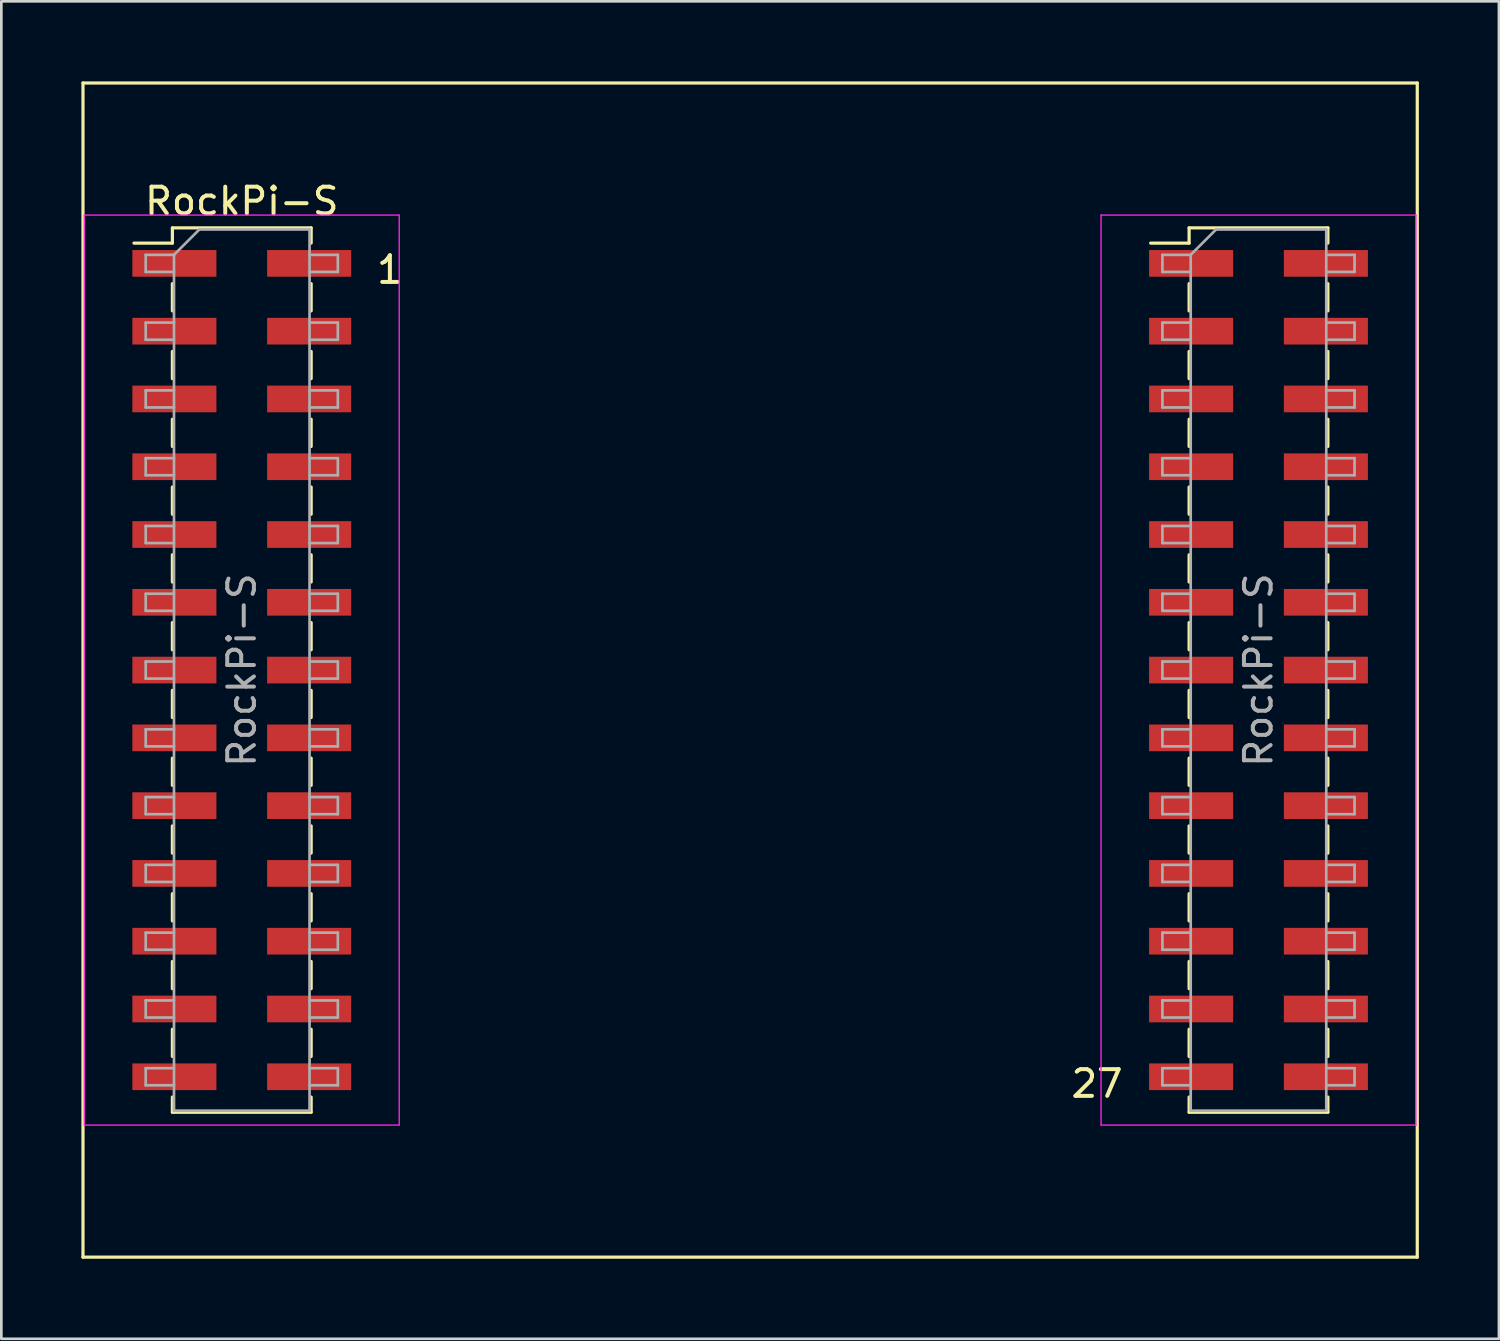
<source format=kicad_pcb>
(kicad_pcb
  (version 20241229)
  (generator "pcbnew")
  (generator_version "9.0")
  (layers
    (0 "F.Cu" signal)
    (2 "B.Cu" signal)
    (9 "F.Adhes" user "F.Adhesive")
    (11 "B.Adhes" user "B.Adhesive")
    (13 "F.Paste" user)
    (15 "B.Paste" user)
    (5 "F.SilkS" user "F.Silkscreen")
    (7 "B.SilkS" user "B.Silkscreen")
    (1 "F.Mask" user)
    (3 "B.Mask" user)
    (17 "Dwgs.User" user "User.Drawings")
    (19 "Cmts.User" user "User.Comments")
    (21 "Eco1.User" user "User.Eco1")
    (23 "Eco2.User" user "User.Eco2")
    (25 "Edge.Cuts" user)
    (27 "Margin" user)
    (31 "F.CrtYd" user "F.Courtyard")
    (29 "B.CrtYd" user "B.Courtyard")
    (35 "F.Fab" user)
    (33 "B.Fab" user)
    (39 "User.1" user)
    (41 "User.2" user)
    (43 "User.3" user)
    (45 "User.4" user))
  (footprint "RockPi-S"
    (layer "F.Cu")
    (at 25.06 22.06)
    (property "Reference" "RockPi-S" (at -19.05 -17.57 0) (layer "F.SilkS") (effects (font (size 1 1) (thickness 0.15))))
    (attr smd)
    (fp_line (start -25 -22) (end -25 22) (stroke (width 0.12) (type solid)) (layer "F.SilkS"))
    (fp_line (start -25 -22) (end 25 -22) (stroke (width 0.12) (type solid)) (layer "F.SilkS"))
    (fp_line (start -25 22) (end 25 22) (stroke (width 0.12) (type solid)) (layer "F.SilkS"))
    (fp_line (start -23.09 -16) (end -21.65 -16) (stroke (width 0.12) (type solid)) (layer "F.SilkS"))
    (fp_line (start -21.65 -16.57) (end -21.65 -16) (stroke (width 0.12) (type solid)) (layer "F.SilkS"))
    (fp_line (start -21.65 -16.57) (end -16.45 -16.57) (stroke (width 0.12) (type solid)) (layer "F.SilkS"))
    (fp_line (start -21.65 -14.48) (end -21.65 -13.46) (stroke (width 0.12) (type solid)) (layer "F.SilkS"))
    (fp_line (start -21.65 -11.94) (end -21.65 -10.92) (stroke (width 0.12) (type solid)) (layer "F.SilkS"))
    (fp_line (start -21.65 -9.4) (end -21.65 -8.38) (stroke (width 0.12) (type solid)) (layer "F.SilkS"))
    (fp_line (start -21.65 -6.86) (end -21.65 -5.84) (stroke (width 0.12) (type solid)) (layer "F.SilkS"))
    (fp_line (start -21.65 -4.32) (end -21.65 -3.3) (stroke (width 0.12) (type solid)) (layer "F.SilkS"))
    (fp_line (start -21.65 -1.78) (end -21.65 -0.76) (stroke (width 0.12) (type solid)) (layer "F.SilkS"))
    (fp_line (start -21.65 0.76) (end -21.65 1.78) (stroke (width 0.12) (type solid)) (layer "F.SilkS"))
    (fp_line (start -21.65 3.3) (end -21.65 4.32) (stroke (width 0.12) (type solid)) (layer "F.SilkS"))
    (fp_line (start -21.65 5.84) (end -21.65 6.86) (stroke (width 0.12) (type solid)) (layer "F.SilkS"))
    (fp_line (start -21.65 8.38) (end -21.65 9.4) (stroke (width 0.12) (type solid)) (layer "F.SilkS"))
    (fp_line (start -21.65 10.92) (end -21.65 11.94) (stroke (width 0.12) (type solid)) (layer "F.SilkS"))
    (fp_line (start -21.65 13.46) (end -21.65 14.48) (stroke (width 0.12) (type solid)) (layer "F.SilkS"))
    (fp_line (start -21.65 16) (end -21.65 16.57) (stroke (width 0.12) (type solid)) (layer "F.SilkS"))
    (fp_line (start -21.65 16.57) (end -16.45 16.57) (stroke (width 0.12) (type solid)) (layer "F.SilkS"))
    (fp_line (start -16.45 -16.57) (end -16.45 -16) (stroke (width 0.12) (type solid)) (layer "F.SilkS"))
    (fp_line (start -16.45 -14.48) (end -16.45 -13.46) (stroke (width 0.12) (type solid)) (layer "F.SilkS"))
    (fp_line (start -16.45 -11.94) (end -16.45 -10.92) (stroke (width 0.12) (type solid)) (layer "F.SilkS"))
    (fp_line (start -16.45 -9.4) (end -16.45 -8.38) (stroke (width 0.12) (type solid)) (layer "F.SilkS"))
    (fp_line (start -16.45 -6.86) (end -16.45 -5.84) (stroke (width 0.12) (type solid)) (layer "F.SilkS"))
    (fp_line (start -16.45 -4.32) (end -16.45 -3.3) (stroke (width 0.12) (type solid)) (layer "F.SilkS"))
    (fp_line (start -16.45 -1.78) (end -16.45 -0.76) (stroke (width 0.12) (type solid)) (layer "F.SilkS"))
    (fp_line (start -16.45 0.76) (end -16.45 1.78) (stroke (width 0.12) (type solid)) (layer "F.SilkS"))
    (fp_line (start -16.45 3.3) (end -16.45 4.32) (stroke (width 0.12) (type solid)) (layer "F.SilkS"))
    (fp_line (start -16.45 5.84) (end -16.45 6.86) (stroke (width 0.12) (type solid)) (layer "F.SilkS"))
    (fp_line (start -16.45 8.38) (end -16.45 9.4) (stroke (width 0.12) (type solid)) (layer "F.SilkS"))
    (fp_line (start -16.45 10.92) (end -16.45 11.94) (stroke (width 0.12) (type solid)) (layer "F.SilkS"))
    (fp_line (start -16.45 13.46) (end -16.45 14.48) (stroke (width 0.12) (type solid)) (layer "F.SilkS"))
    (fp_line (start -16.45 16) (end -16.45 16.57) (stroke (width 0.12) (type solid)) (layer "F.SilkS"))
    (fp_line (start 15.01 -16) (end 16.45 -16) (stroke (width 0.12) (type solid)) (layer "F.SilkS"))
    (fp_line (start 16.45 -16.57) (end 16.45 -16) (stroke (width 0.12) (type solid)) (layer "F.SilkS"))
    (fp_line (start 16.45 -16.57) (end 21.65 -16.57) (stroke (width 0.12) (type solid)) (layer "F.SilkS"))
    (fp_line (start 16.45 -14.48) (end 16.45 -13.46) (stroke (width 0.12) (type solid)) (layer "F.SilkS"))
    (fp_line (start 16.45 -11.94) (end 16.45 -10.92) (stroke (width 0.12) (type solid)) (layer "F.SilkS"))
    (fp_line (start 16.45 -9.4) (end 16.45 -8.38) (stroke (width 0.12) (type solid)) (layer "F.SilkS"))
    (fp_line (start 16.45 -6.86) (end 16.45 -5.84) (stroke (width 0.12) (type solid)) (layer "F.SilkS"))
    (fp_line (start 16.45 -4.32) (end 16.45 -3.3) (stroke (width 0.12) (type solid)) (layer "F.SilkS"))
    (fp_line (start 16.45 -1.78) (end 16.45 -0.76) (stroke (width 0.12) (type solid)) (layer "F.SilkS"))
    (fp_line (start 16.45 0.76) (end 16.45 1.78) (stroke (width 0.12) (type solid)) (layer "F.SilkS"))
    (fp_line (start 16.45 3.3) (end 16.45 4.32) (stroke (width 0.12) (type solid)) (layer "F.SilkS"))
    (fp_line (start 16.45 5.84) (end 16.45 6.86) (stroke (width 0.12) (type solid)) (layer "F.SilkS"))
    (fp_line (start 16.45 8.38) (end 16.45 9.4) (stroke (width 0.12) (type solid)) (layer "F.SilkS"))
    (fp_line (start 16.45 10.92) (end 16.45 11.94) (stroke (width 0.12) (type solid)) (layer "F.SilkS"))
    (fp_line (start 16.45 13.46) (end 16.45 14.48) (stroke (width 0.12) (type solid)) (layer "F.SilkS"))
    (fp_line (start 16.45 16) (end 16.45 16.57) (stroke (width 0.12) (type solid)) (layer "F.SilkS"))
    (fp_line (start 16.45 16.57) (end 21.65 16.57) (stroke (width 0.12) (type solid)) (layer "F.SilkS"))
    (fp_line (start 21.65 -16.57) (end 21.65 -16) (stroke (width 0.12) (type solid)) (layer "F.SilkS"))
    (fp_line (start 21.65 -14.48) (end 21.65 -13.46) (stroke (width 0.12) (type solid)) (layer "F.SilkS"))
    (fp_line (start 21.65 -11.94) (end 21.65 -10.92) (stroke (width 0.12) (type solid)) (layer "F.SilkS"))
    (fp_line (start 21.65 -9.4) (end 21.65 -8.38) (stroke (width 0.12) (type solid)) (layer "F.SilkS"))
    (fp_line (start 21.65 -6.86) (end 21.65 -5.84) (stroke (width 0.12) (type solid)) (layer "F.SilkS"))
    (fp_line (start 21.65 -4.32) (end 21.65 -3.3) (stroke (width 0.12) (type solid)) (layer "F.SilkS"))
    (fp_line (start 21.65 -1.78) (end 21.65 -0.76) (stroke (width 0.12) (type solid)) (layer "F.SilkS"))
    (fp_line (start 21.65 0.76) (end 21.65 1.78) (stroke (width 0.12) (type solid)) (layer "F.SilkS"))
    (fp_line (start 21.65 3.3) (end 21.65 4.32) (stroke (width 0.12) (type solid)) (layer "F.SilkS"))
    (fp_line (start 21.65 5.84) (end 21.65 6.86) (stroke (width 0.12) (type solid)) (layer "F.SilkS"))
    (fp_line (start 21.65 8.38) (end 21.65 9.4) (stroke (width 0.12) (type solid)) (layer "F.SilkS"))
    (fp_line (start 21.65 10.92) (end 21.65 11.94) (stroke (width 0.12) (type solid)) (layer "F.SilkS"))
    (fp_line (start 21.65 13.46) (end 21.65 14.48) (stroke (width 0.12) (type solid)) (layer "F.SilkS"))
    (fp_line (start 21.65 16) (end 21.65 16.57) (stroke (width 0.12) (type solid)) (layer "F.SilkS"))
    (fp_line (start 25 22) (end 25 -22) (stroke (width 0.12) (type solid)) (layer "F.SilkS"))
    (fp_line (start -24.95 -17.05) (end -24.95 17.05) (stroke (width 0.05) (type solid)) (layer "F.CrtYd"))
    (fp_line (start -24.95 17.05) (end -13.15 17.05) (stroke (width 0.05) (type solid)) (layer "F.CrtYd"))
    (fp_line (start -13.15 -17.05) (end -24.95 -17.05) (stroke (width 0.05) (type solid)) (layer "F.CrtYd"))
    (fp_line (start -13.15 17.05) (end -13.15 -17.05) (stroke (width 0.05) (type solid)) (layer "F.CrtYd"))
    (fp_line (start 13.15 -17.05) (end 13.15 17.05) (stroke (width 0.05) (type solid)) (layer "F.CrtYd"))
    (fp_line (start 13.15 17.05) (end 24.95 17.05) (stroke (width 0.05) (type solid)) (layer "F.CrtYd"))
    (fp_line (start 24.95 -17.05) (end 13.15 -17.05) (stroke (width 0.05) (type solid)) (layer "F.CrtYd"))
    (fp_line (start 24.95 17.05) (end 24.95 -17.05) (stroke (width 0.05) (type solid)) (layer "F.CrtYd"))
    (fp_line (start -22.65 -15.56) (end -22.65 -14.92) (stroke (width 0.1) (type solid)) (layer "F.Fab"))
    (fp_line (start -22.65 -14.92) (end -21.59 -14.92) (stroke (width 0.1) (type solid)) (layer "F.Fab"))
    (fp_line (start -22.65 -13.02) (end -22.65 -12.38) (stroke (width 0.1) (type solid)) (layer "F.Fab"))
    (fp_line (start -22.65 -12.38) (end -21.59 -12.38) (stroke (width 0.1) (type solid)) (layer "F.Fab"))
    (fp_line (start -22.65 -10.48) (end -22.65 -9.84) (stroke (width 0.1) (type solid)) (layer "F.Fab"))
    (fp_line (start -22.65 -9.84) (end -21.59 -9.84) (stroke (width 0.1) (type solid)) (layer "F.Fab"))
    (fp_line (start -22.65 -7.94) (end -22.65 -7.3) (stroke (width 0.1) (type solid)) (layer "F.Fab"))
    (fp_line (start -22.65 -7.3) (end -21.59 -7.3) (stroke (width 0.1) (type solid)) (layer "F.Fab"))
    (fp_line (start -22.65 -5.4) (end -22.65 -4.76) (stroke (width 0.1) (type solid)) (layer "F.Fab"))
    (fp_line (start -22.65 -4.76) (end -21.59 -4.76) (stroke (width 0.1) (type solid)) (layer "F.Fab"))
    (fp_line (start -22.65 -2.86) (end -22.65 -2.22) (stroke (width 0.1) (type solid)) (layer "F.Fab"))
    (fp_line (start -22.65 -2.22) (end -21.59 -2.22) (stroke (width 0.1) (type solid)) (layer "F.Fab"))
    (fp_line (start -22.65 -0.32) (end -22.65 0.32) (stroke (width 0.1) (type solid)) (layer "F.Fab"))
    (fp_line (start -22.65 0.32) (end -21.59 0.32) (stroke (width 0.1) (type solid)) (layer "F.Fab"))
    (fp_line (start -22.65 2.22) (end -22.65 2.86) (stroke (width 0.1) (type solid)) (layer "F.Fab"))
    (fp_line (start -22.65 2.86) (end -21.59 2.86) (stroke (width 0.1) (type solid)) (layer "F.Fab"))
    (fp_line (start -22.65 4.76) (end -22.65 5.4) (stroke (width 0.1) (type solid)) (layer "F.Fab"))
    (fp_line (start -22.65 5.4) (end -21.59 5.4) (stroke (width 0.1) (type solid)) (layer "F.Fab"))
    (fp_line (start -22.65 7.3) (end -22.65 7.94) (stroke (width 0.1) (type solid)) (layer "F.Fab"))
    (fp_line (start -22.65 7.94) (end -21.59 7.94) (stroke (width 0.1) (type solid)) (layer "F.Fab"))
    (fp_line (start -22.65 9.84) (end -22.65 10.48) (stroke (width 0.1) (type solid)) (layer "F.Fab"))
    (fp_line (start -22.65 10.48) (end -21.59 10.48) (stroke (width 0.1) (type solid)) (layer "F.Fab"))
    (fp_line (start -22.65 12.38) (end -22.65 13.02) (stroke (width 0.1) (type solid)) (layer "F.Fab"))
    (fp_line (start -22.65 13.02) (end -21.59 13.02) (stroke (width 0.1) (type solid)) (layer "F.Fab"))
    (fp_line (start -22.65 14.92) (end -22.65 15.56) (stroke (width 0.1) (type solid)) (layer "F.Fab"))
    (fp_line (start -22.65 15.56) (end -21.59 15.56) (stroke (width 0.1) (type solid)) (layer "F.Fab"))
    (fp_line (start -21.59 -15.56) (end -22.65 -15.56) (stroke (width 0.1) (type solid)) (layer "F.Fab"))
    (fp_line (start -21.59 -15.56) (end -20.64 -16.51) (stroke (width 0.1) (type solid)) (layer "F.Fab"))
    (fp_line (start -21.59 -13.02) (end -22.65 -13.02) (stroke (width 0.1) (type solid)) (layer "F.Fab"))
    (fp_line (start -21.59 -10.48) (end -22.65 -10.48) (stroke (width 0.1) (type solid)) (layer "F.Fab"))
    (fp_line (start -21.59 -7.94) (end -22.65 -7.94) (stroke (width 0.1) (type solid)) (layer "F.Fab"))
    (fp_line (start -21.59 -5.4) (end -22.65 -5.4) (stroke (width 0.1) (type solid)) (layer "F.Fab"))
    (fp_line (start -21.59 -2.86) (end -22.65 -2.86) (stroke (width 0.1) (type solid)) (layer "F.Fab"))
    (fp_line (start -21.59 -0.32) (end -22.65 -0.32) (stroke (width 0.1) (type solid)) (layer "F.Fab"))
    (fp_line (start -21.59 2.22) (end -22.65 2.22) (stroke (width 0.1) (type solid)) (layer "F.Fab"))
    (fp_line (start -21.59 4.76) (end -22.65 4.76) (stroke (width 0.1) (type solid)) (layer "F.Fab"))
    (fp_line (start -21.59 7.3) (end -22.65 7.3) (stroke (width 0.1) (type solid)) (layer "F.Fab"))
    (fp_line (start -21.59 9.84) (end -22.65 9.84) (stroke (width 0.1) (type solid)) (layer "F.Fab"))
    (fp_line (start -21.59 12.38) (end -22.65 12.38) (stroke (width 0.1) (type solid)) (layer "F.Fab"))
    (fp_line (start -21.59 14.92) (end -22.65 14.92) (stroke (width 0.1) (type solid)) (layer "F.Fab"))
    (fp_line (start -21.59 16.51) (end -21.59 -15.56) (stroke (width 0.1) (type solid)) (layer "F.Fab"))
    (fp_line (start -20.64 -16.51) (end -16.51 -16.51) (stroke (width 0.1) (type solid)) (layer "F.Fab"))
    (fp_line (start -16.51 -16.51) (end -16.51 16.51) (stroke (width 0.1) (type solid)) (layer "F.Fab"))
    (fp_line (start -16.51 -15.56) (end -15.45 -15.56) (stroke (width 0.1) (type solid)) (layer "F.Fab"))
    (fp_line (start -16.51 -13.02) (end -15.45 -13.02) (stroke (width 0.1) (type solid)) (layer "F.Fab"))
    (fp_line (start -16.51 -10.48) (end -15.45 -10.48) (stroke (width 0.1) (type solid)) (layer "F.Fab"))
    (fp_line (start -16.51 -7.94) (end -15.45 -7.94) (stroke (width 0.1) (type solid)) (layer "F.Fab"))
    (fp_line (start -16.51 -5.4) (end -15.45 -5.4) (stroke (width 0.1) (type solid)) (layer "F.Fab"))
    (fp_line (start -16.51 -2.86) (end -15.45 -2.86) (stroke (width 0.1) (type solid)) (layer "F.Fab"))
    (fp_line (start -16.51 -0.32) (end -15.45 -0.32) (stroke (width 0.1) (type solid)) (layer "F.Fab"))
    (fp_line (start -16.51 2.22) (end -15.45 2.22) (stroke (width 0.1) (type solid)) (layer "F.Fab"))
    (fp_line (start -16.51 4.76) (end -15.45 4.76) (stroke (width 0.1) (type solid)) (layer "F.Fab"))
    (fp_line (start -16.51 7.3) (end -15.45 7.3) (stroke (width 0.1) (type solid)) (layer "F.Fab"))
    (fp_line (start -16.51 9.84) (end -15.45 9.84) (stroke (width 0.1) (type solid)) (layer "F.Fab"))
    (fp_line (start -16.51 12.38) (end -15.45 12.38) (stroke (width 0.1) (type solid)) (layer "F.Fab"))
    (fp_line (start -16.51 14.92) (end -15.45 14.92) (stroke (width 0.1) (type solid)) (layer "F.Fab"))
    (fp_line (start -16.51 16.51) (end -21.59 16.51) (stroke (width 0.1) (type solid)) (layer "F.Fab"))
    (fp_line (start -15.45 -15.56) (end -15.45 -14.92) (stroke (width 0.1) (type solid)) (layer "F.Fab"))
    (fp_line (start -15.45 -14.92) (end -16.51 -14.92) (stroke (width 0.1) (type solid)) (layer "F.Fab"))
    (fp_line (start -15.45 -13.02) (end -15.45 -12.38) (stroke (width 0.1) (type solid)) (layer "F.Fab"))
    (fp_line (start -15.45 -12.38) (end -16.51 -12.38) (stroke (width 0.1) (type solid)) (layer "F.Fab"))
    (fp_line (start -15.45 -10.48) (end -15.45 -9.84) (stroke (width 0.1) (type solid)) (layer "F.Fab"))
    (fp_line (start -15.45 -9.84) (end -16.51 -9.84) (stroke (width 0.1) (type solid)) (layer "F.Fab"))
    (fp_line (start -15.45 -7.94) (end -15.45 -7.3) (stroke (width 0.1) (type solid)) (layer "F.Fab"))
    (fp_line (start -15.45 -7.3) (end -16.51 -7.3) (stroke (width 0.1) (type solid)) (layer "F.Fab"))
    (fp_line (start -15.45 -5.4) (end -15.45 -4.76) (stroke (width 0.1) (type solid)) (layer "F.Fab"))
    (fp_line (start -15.45 -4.76) (end -16.51 -4.76) (stroke (width 0.1) (type solid)) (layer "F.Fab"))
    (fp_line (start -15.45 -2.86) (end -15.45 -2.22) (stroke (width 0.1) (type solid)) (layer "F.Fab"))
    (fp_line (start -15.45 -2.22) (end -16.51 -2.22) (stroke (width 0.1) (type solid)) (layer "F.Fab"))
    (fp_line (start -15.45 -0.32) (end -15.45 0.32) (stroke (width 0.1) (type solid)) (layer "F.Fab"))
    (fp_line (start -15.45 0.32) (end -16.51 0.32) (stroke (width 0.1) (type solid)) (layer "F.Fab"))
    (fp_line (start -15.45 2.22) (end -15.45 2.86) (stroke (width 0.1) (type solid)) (layer "F.Fab"))
    (fp_line (start -15.45 2.86) (end -16.51 2.86) (stroke (width 0.1) (type solid)) (layer "F.Fab"))
    (fp_line (start -15.45 4.76) (end -15.45 5.4) (stroke (width 0.1) (type solid)) (layer "F.Fab"))
    (fp_line (start -15.45 5.4) (end -16.51 5.4) (stroke (width 0.1) (type solid)) (layer "F.Fab"))
    (fp_line (start -15.45 7.3) (end -15.45 7.94) (stroke (width 0.1) (type solid)) (layer "F.Fab"))
    (fp_line (start -15.45 7.94) (end -16.51 7.94) (stroke (width 0.1) (type solid)) (layer "F.Fab"))
    (fp_line (start -15.45 9.84) (end -15.45 10.48) (stroke (width 0.1) (type solid)) (layer "F.Fab"))
    (fp_line (start -15.45 10.48) (end -16.51 10.48) (stroke (width 0.1) (type solid)) (layer "F.Fab"))
    (fp_line (start -15.45 12.38) (end -15.45 13.02) (stroke (width 0.1) (type solid)) (layer "F.Fab"))
    (fp_line (start -15.45 13.02) (end -16.51 13.02) (stroke (width 0.1) (type solid)) (layer "F.Fab"))
    (fp_line (start -15.45 14.92) (end -15.45 15.56) (stroke (width 0.1) (type solid)) (layer "F.Fab"))
    (fp_line (start -15.45 15.56) (end -16.51 15.56) (stroke (width 0.1) (type solid)) (layer "F.Fab"))
    (fp_line (start 15.45 -15.56) (end 15.45 -14.92) (stroke (width 0.1) (type solid)) (layer "F.Fab"))
    (fp_line (start 15.45 -14.92) (end 16.51 -14.92) (stroke (width 0.1) (type solid)) (layer "F.Fab"))
    (fp_line (start 15.45 -13.02) (end 15.45 -12.38) (stroke (width 0.1) (type solid)) (layer "F.Fab"))
    (fp_line (start 15.45 -12.38) (end 16.51 -12.38) (stroke (width 0.1) (type solid)) (layer "F.Fab"))
    (fp_line (start 15.45 -10.48) (end 15.45 -9.84) (stroke (width 0.1) (type solid)) (layer "F.Fab"))
    (fp_line (start 15.45 -9.84) (end 16.51 -9.84) (stroke (width 0.1) (type solid)) (layer "F.Fab"))
    (fp_line (start 15.45 -7.94) (end 15.45 -7.3) (stroke (width 0.1) (type solid)) (layer "F.Fab"))
    (fp_line (start 15.45 -7.3) (end 16.51 -7.3) (stroke (width 0.1) (type solid)) (layer "F.Fab"))
    (fp_line (start 15.45 -5.4) (end 15.45 -4.76) (stroke (width 0.1) (type solid)) (layer "F.Fab"))
    (fp_line (start 15.45 -4.76) (end 16.51 -4.76) (stroke (width 0.1) (type solid)) (layer "F.Fab"))
    (fp_line (start 15.45 -2.86) (end 15.45 -2.22) (stroke (width 0.1) (type solid)) (layer "F.Fab"))
    (fp_line (start 15.45 -2.22) (end 16.51 -2.22) (stroke (width 0.1) (type solid)) (layer "F.Fab"))
    (fp_line (start 15.45 -0.32) (end 15.45 0.32) (stroke (width 0.1) (type solid)) (layer "F.Fab"))
    (fp_line (start 15.45 0.32) (end 16.51 0.32) (stroke (width 0.1) (type solid)) (layer "F.Fab"))
    (fp_line (start 15.45 2.22) (end 15.45 2.86) (stroke (width 0.1) (type solid)) (layer "F.Fab"))
    (fp_line (start 15.45 2.86) (end 16.51 2.86) (stroke (width 0.1) (type solid)) (layer "F.Fab"))
    (fp_line (start 15.45 4.76) (end 15.45 5.4) (stroke (width 0.1) (type solid)) (layer "F.Fab"))
    (fp_line (start 15.45 5.4) (end 16.51 5.4) (stroke (width 0.1) (type solid)) (layer "F.Fab"))
    (fp_line (start 15.45 7.3) (end 15.45 7.94) (stroke (width 0.1) (type solid)) (layer "F.Fab"))
    (fp_line (start 15.45 7.94) (end 16.51 7.94) (stroke (width 0.1) (type solid)) (layer "F.Fab"))
    (fp_line (start 15.45 9.84) (end 15.45 10.48) (stroke (width 0.1) (type solid)) (layer "F.Fab"))
    (fp_line (start 15.45 10.48) (end 16.51 10.48) (stroke (width 0.1) (type solid)) (layer "F.Fab"))
    (fp_line (start 15.45 12.38) (end 15.45 13.02) (stroke (width 0.1) (type solid)) (layer "F.Fab"))
    (fp_line (start 15.45 13.02) (end 16.51 13.02) (stroke (width 0.1) (type solid)) (layer "F.Fab"))
    (fp_line (start 15.45 14.92) (end 15.45 15.56) (stroke (width 0.1) (type solid)) (layer "F.Fab"))
    (fp_line (start 15.45 15.56) (end 16.51 15.56) (stroke (width 0.1) (type solid)) (layer "F.Fab"))
    (fp_line (start 16.51 -15.56) (end 15.45 -15.56) (stroke (width 0.1) (type solid)) (layer "F.Fab"))
    (fp_line (start 16.51 -15.56) (end 17.46 -16.51) (stroke (width 0.1) (type solid)) (layer "F.Fab"))
    (fp_line (start 16.51 -13.02) (end 15.45 -13.02) (stroke (width 0.1) (type solid)) (layer "F.Fab"))
    (fp_line (start 16.51 -10.48) (end 15.45 -10.48) (stroke (width 0.1) (type solid)) (layer "F.Fab"))
    (fp_line (start 16.51 -7.94) (end 15.45 -7.94) (stroke (width 0.1) (type solid)) (layer "F.Fab"))
    (fp_line (start 16.51 -5.4) (end 15.45 -5.4) (stroke (width 0.1) (type solid)) (layer "F.Fab"))
    (fp_line (start 16.51 -2.86) (end 15.45 -2.86) (stroke (width 0.1) (type solid)) (layer "F.Fab"))
    (fp_line (start 16.51 -0.32) (end 15.45 -0.32) (stroke (width 0.1) (type solid)) (layer "F.Fab"))
    (fp_line (start 16.51 2.22) (end 15.45 2.22) (stroke (width 0.1) (type solid)) (layer "F.Fab"))
    (fp_line (start 16.51 4.76) (end 15.45 4.76) (stroke (width 0.1) (type solid)) (layer "F.Fab"))
    (fp_line (start 16.51 7.3) (end 15.45 7.3) (stroke (width 0.1) (type solid)) (layer "F.Fab"))
    (fp_line (start 16.51 9.84) (end 15.45 9.84) (stroke (width 0.1) (type solid)) (layer "F.Fab"))
    (fp_line (start 16.51 12.38) (end 15.45 12.38) (stroke (width 0.1) (type solid)) (layer "F.Fab"))
    (fp_line (start 16.51 14.92) (end 15.45 14.92) (stroke (width 0.1) (type solid)) (layer "F.Fab"))
    (fp_line (start 16.51 16.51) (end 16.51 -15.56) (stroke (width 0.1) (type solid)) (layer "F.Fab"))
    (fp_line (start 17.46 -16.51) (end 21.59 -16.51) (stroke (width 0.1) (type solid)) (layer "F.Fab"))
    (fp_line (start 21.59 -16.51) (end 21.59 16.51) (stroke (width 0.1) (type solid)) (layer "F.Fab"))
    (fp_line (start 21.59 -15.56) (end 22.65 -15.56) (stroke (width 0.1) (type solid)) (layer "F.Fab"))
    (fp_line (start 21.59 -13.02) (end 22.65 -13.02) (stroke (width 0.1) (type solid)) (layer "F.Fab"))
    (fp_line (start 21.59 -10.48) (end 22.65 -10.48) (stroke (width 0.1) (type solid)) (layer "F.Fab"))
    (fp_line (start 21.59 -7.94) (end 22.65 -7.94) (stroke (width 0.1) (type solid)) (layer "F.Fab"))
    (fp_line (start 21.59 -5.4) (end 22.65 -5.4) (stroke (width 0.1) (type solid)) (layer "F.Fab"))
    (fp_line (start 21.59 -2.86) (end 22.65 -2.86) (stroke (width 0.1) (type solid)) (layer "F.Fab"))
    (fp_line (start 21.59 -0.32) (end 22.65 -0.32) (stroke (width 0.1) (type solid)) (layer "F.Fab"))
    (fp_line (start 21.59 2.22) (end 22.65 2.22) (stroke (width 0.1) (type solid)) (layer "F.Fab"))
    (fp_line (start 21.59 4.76) (end 22.65 4.76) (stroke (width 0.1) (type solid)) (layer "F.Fab"))
    (fp_line (start 21.59 7.3) (end 22.65 7.3) (stroke (width 0.1) (type solid)) (layer "F.Fab"))
    (fp_line (start 21.59 9.84) (end 22.65 9.84) (stroke (width 0.1) (type solid)) (layer "F.Fab"))
    (fp_line (start 21.59 12.38) (end 22.65 12.38) (stroke (width 0.1) (type solid)) (layer "F.Fab"))
    (fp_line (start 21.59 14.92) (end 22.65 14.92) (stroke (width 0.1) (type solid)) (layer "F.Fab"))
    (fp_line (start 21.59 16.51) (end 16.51 16.51) (stroke (width 0.1) (type solid)) (layer "F.Fab"))
    (fp_line (start 22.65 -15.56) (end 22.65 -14.92) (stroke (width 0.1) (type solid)) (layer "F.Fab"))
    (fp_line (start 22.65 -14.92) (end 21.59 -14.92) (stroke (width 0.1) (type solid)) (layer "F.Fab"))
    (fp_line (start 22.65 -13.02) (end 22.65 -12.38) (stroke (width 0.1) (type solid)) (layer "F.Fab"))
    (fp_line (start 22.65 -12.38) (end 21.59 -12.38) (stroke (width 0.1) (type solid)) (layer "F.Fab"))
    (fp_line (start 22.65 -10.48) (end 22.65 -9.84) (stroke (width 0.1) (type solid)) (layer "F.Fab"))
    (fp_line (start 22.65 -9.84) (end 21.59 -9.84) (stroke (width 0.1) (type solid)) (layer "F.Fab"))
    (fp_line (start 22.65 -7.94) (end 22.65 -7.3) (stroke (width 0.1) (type solid)) (layer "F.Fab"))
    (fp_line (start 22.65 -7.3) (end 21.59 -7.3) (stroke (width 0.1) (type solid)) (layer "F.Fab"))
    (fp_line (start 22.65 -5.4) (end 22.65 -4.76) (stroke (width 0.1) (type solid)) (layer "F.Fab"))
    (fp_line (start 22.65 -4.76) (end 21.59 -4.76) (stroke (width 0.1) (type solid)) (layer "F.Fab"))
    (fp_line (start 22.65 -2.86) (end 22.65 -2.22) (stroke (width 0.1) (type solid)) (layer "F.Fab"))
    (fp_line (start 22.65 -2.22) (end 21.59 -2.22) (stroke (width 0.1) (type solid)) (layer "F.Fab"))
    (fp_line (start 22.65 -0.32) (end 22.65 0.32) (stroke (width 0.1) (type solid)) (layer "F.Fab"))
    (fp_line (start 22.65 0.32) (end 21.59 0.32) (stroke (width 0.1) (type solid)) (layer "F.Fab"))
    (fp_line (start 22.65 2.22) (end 22.65 2.86) (stroke (width 0.1) (type solid)) (layer "F.Fab"))
    (fp_line (start 22.65 2.86) (end 21.59 2.86) (stroke (width 0.1) (type solid)) (layer "F.Fab"))
    (fp_line (start 22.65 4.76) (end 22.65 5.4) (stroke (width 0.1) (type solid)) (layer "F.Fab"))
    (fp_line (start 22.65 5.4) (end 21.59 5.4) (stroke (width 0.1) (type solid)) (layer "F.Fab"))
    (fp_line (start 22.65 7.3) (end 22.65 7.94) (stroke (width 0.1) (type solid)) (layer "F.Fab"))
    (fp_line (start 22.65 7.94) (end 21.59 7.94) (stroke (width 0.1) (type solid)) (layer "F.Fab"))
    (fp_line (start 22.65 9.84) (end 22.65 10.48) (stroke (width 0.1) (type solid)) (layer "F.Fab"))
    (fp_line (start 22.65 10.48) (end 21.59 10.48) (stroke (width 0.1) (type solid)) (layer "F.Fab"))
    (fp_line (start 22.65 12.38) (end 22.65 13.02) (stroke (width 0.1) (type solid)) (layer "F.Fab"))
    (fp_line (start 22.65 13.02) (end 21.59 13.02) (stroke (width 0.1) (type solid)) (layer "F.Fab"))
    (fp_line (start 22.65 14.92) (end 22.65 15.56) (stroke (width 0.1) (type solid)) (layer "F.Fab"))
    (fp_line (start 22.65 15.56) (end 21.59 15.56) (stroke (width 0.1) (type solid)) (layer "F.Fab"))
    (fp_text user "1" (at -13.5 -15 0) (layer "F.SilkS") (effects (font (size 1 1) (thickness 0.15))))
    (fp_text user "27" (at 13 15.5 0) (layer "F.SilkS") (effects (font (size 1 1) (thickness 0.15))))
    (fp_text user "${REFERENCE}" (at 19.05 0 90) (layer "F.Fab") (effects (font (size 1 1) (thickness 0.15))))
    (fp_text user "${REFERENCE}" (at -19.05 0 90) (layer "F.Fab") (effects (font (size 1 1) (thickness 0.15))))
    (pad "1" smd rect (at -16.525 -15.24) (size 3.15 1) (layers "F.Cu" "F.Mask" "F.Paste"))
    (pad "2" smd rect (at -21.575 -15.24) (size 3.15 1) (layers "F.Cu" "F.Mask" "F.Paste"))
    (pad "3" smd rect (at -16.525 -12.7) (size 3.15 1) (layers "F.Cu" "F.Mask" "F.Paste"))
    (pad "4" smd rect (at -21.575 -12.7) (size 3.15 1) (layers "F.Cu" "F.Mask" "F.Paste"))
    (pad "5" smd rect (at -16.525 -10.16) (size 3.15 1) (layers "F.Cu" "F.Mask" "F.Paste"))
    (pad "6" smd rect (at -21.575 -10.16) (size 3.15 1) (layers "F.Cu" "F.Mask" "F.Paste"))
    (pad "7" smd rect (at -16.525 -7.62) (size 3.15 1) (layers "F.Cu" "F.Mask" "F.Paste"))
    (pad "8" smd rect (at -21.575 -7.62) (size 3.15 1) (layers "F.Cu" "F.Mask" "F.Paste"))
    (pad "9" smd rect (at -16.525 -5.08) (size 3.15 1) (layers "F.Cu" "F.Mask" "F.Paste"))
    (pad "10" smd rect (at -21.575 -5.08) (size 3.15 1) (layers "F.Cu" "F.Mask" "F.Paste"))
    (pad "11" smd rect (at -16.525 -2.54) (size 3.15 1) (layers "F.Cu" "F.Mask" "F.Paste"))
    (pad "12" smd rect (at -21.575 -2.54) (size 3.15 1) (layers "F.Cu" "F.Mask" "F.Paste"))
    (pad "13" smd rect (at -16.525 0) (size 3.15 1) (layers "F.Cu" "F.Mask" "F.Paste"))
    (pad "14" smd rect (at -21.575 0) (size 3.15 1) (layers "F.Cu" "F.Mask" "F.Paste"))
    (pad "15" smd rect (at -16.525 2.54) (size 3.15 1) (layers "F.Cu" "F.Mask" "F.Paste"))
    (pad "16" smd rect (at -21.575 2.54) (size 3.15 1) (layers "F.Cu" "F.Mask" "F.Paste"))
    (pad "17" smd rect (at -16.525 5.08) (size 3.15 1) (layers "F.Cu" "F.Mask" "F.Paste"))
    (pad "18" smd rect (at -21.575 5.08) (size 3.15 1) (layers "F.Cu" "F.Mask" "F.Paste"))
    (pad "19" smd rect (at -16.525 7.62) (size 3.15 1) (layers "F.Cu" "F.Mask" "F.Paste"))
    (pad "20" smd rect (at -21.575 7.62) (size 3.15 1) (layers "F.Cu" "F.Mask" "F.Paste"))
    (pad "21" smd rect (at -16.525 10.16) (size 3.15 1) (layers "F.Cu" "F.Mask" "F.Paste"))
    (pad "22" smd rect (at -21.575 10.16) (size 3.15 1) (layers "F.Cu" "F.Mask" "F.Paste"))
    (pad "23" smd rect (at -16.525 12.7) (size 3.15 1) (layers "F.Cu" "F.Mask" "F.Paste"))
    (pad "24" smd rect (at -21.575 12.7) (size 3.15 1) (layers "F.Cu" "F.Mask" "F.Paste"))
    (pad "25" smd rect (at -16.525 15.24) (size 3.15 1) (layers "F.Cu" "F.Mask" "F.Paste"))
    (pad "26" smd rect (at -21.575 15.24) (size 3.15 1) (layers "F.Cu" "F.Mask" "F.Paste"))
    (pad "27" smd rect (at 16.525 15.24) (size 3.15 1) (layers "F.Cu" "F.Mask" "F.Paste"))
    (pad "28" smd rect (at 21.575 15.24) (size 3.15 1) (layers "F.Cu" "F.Mask" "F.Paste"))
    (pad "29" smd rect (at 16.525 12.7) (size 3.15 1) (layers "F.Cu" "F.Mask" "F.Paste"))
    (pad "30" smd rect (at 21.575 12.7) (size 3.15 1) (layers "F.Cu" "F.Mask" "F.Paste"))
    (pad "31" smd rect (at 16.525 10.16) (size 3.15 1) (layers "F.Cu" "F.Mask" "F.Paste"))
    (pad "32" smd rect (at 21.575 10.16) (size 3.15 1) (layers "F.Cu" "F.Mask" "F.Paste"))
    (pad "33" smd rect (at 16.525 7.62) (size 3.15 1) (layers "F.Cu" "F.Mask" "F.Paste"))
    (pad "34" smd rect (at 21.575 7.62) (size 3.15 1) (layers "F.Cu" "F.Mask" "F.Paste"))
    (pad "35" smd rect (at 16.525 5.08) (size 3.15 1) (layers "F.Cu" "F.Mask" "F.Paste"))
    (pad "36" smd rect (at 21.575 5.08) (size 3.15 1) (layers "F.Cu" "F.Mask" "F.Paste"))
    (pad "37" smd rect (at 16.525 2.54) (size 3.15 1) (layers "F.Cu" "F.Mask" "F.Paste"))
    (pad "38" smd rect (at 21.575 2.54) (size 3.15 1) (layers "F.Cu" "F.Mask" "F.Paste"))
    (pad "39" smd rect (at 16.525 0) (size 3.15 1) (layers "F.Cu" "F.Mask" "F.Paste"))
    (pad "40" smd rect (at 21.575 0) (size 3.15 1) (layers "F.Cu" "F.Mask" "F.Paste"))
    (pad "41" smd rect (at 16.525 -2.54) (size 3.15 1) (layers "F.Cu" "F.Mask" "F.Paste"))
    (pad "42" smd rect (at 21.575 -2.54) (size 3.15 1) (layers "F.Cu" "F.Mask" "F.Paste"))
    (pad "43" smd rect (at 16.525 -5.08) (size 3.15 1) (layers "F.Cu" "F.Mask" "F.Paste"))
    (pad "44" smd rect (at 21.575 -5.08) (size 3.15 1) (layers "F.Cu" "F.Mask" "F.Paste"))
    (pad "45" smd rect (at 16.525 -7.62) (size 3.15 1) (layers "F.Cu" "F.Mask" "F.Paste"))
    (pad "46" smd rect (at 21.575 -7.62) (size 3.15 1) (layers "F.Cu" "F.Mask" "F.Paste"))
    (pad "47" smd rect (at 16.525 -10.16) (size 3.15 1) (layers "F.Cu" "F.Mask" "F.Paste"))
    (pad "48" smd rect (at 21.575 -10.16) (size 3.15 1) (layers "F.Cu" "F.Mask" "F.Paste"))
    (pad "49" smd rect (at 16.525 -12.7) (size 3.15 1) (layers "F.Cu" "F.Mask" "F.Paste"))
    (pad "50" smd rect (at 21.575 -12.7) (size 3.15 1) (layers "F.Cu" "F.Mask" "F.Paste"))
    (pad "51" smd rect (at 16.525 -15.24) (size 3.15 1) (layers "F.Cu" "F.Mask" "F.Paste"))
    (pad "52" smd rect (at 21.575 -15.24) (size 3.15 1) (layers "F.Cu" "F.Mask" "F.Paste")))
  (gr_rect
    (start -3 -3)
    (end 53.12 47.12)
    (stroke (width 0.1) (type default))
    (fill no)
    (layer "Edge.Cuts")))
</source>
